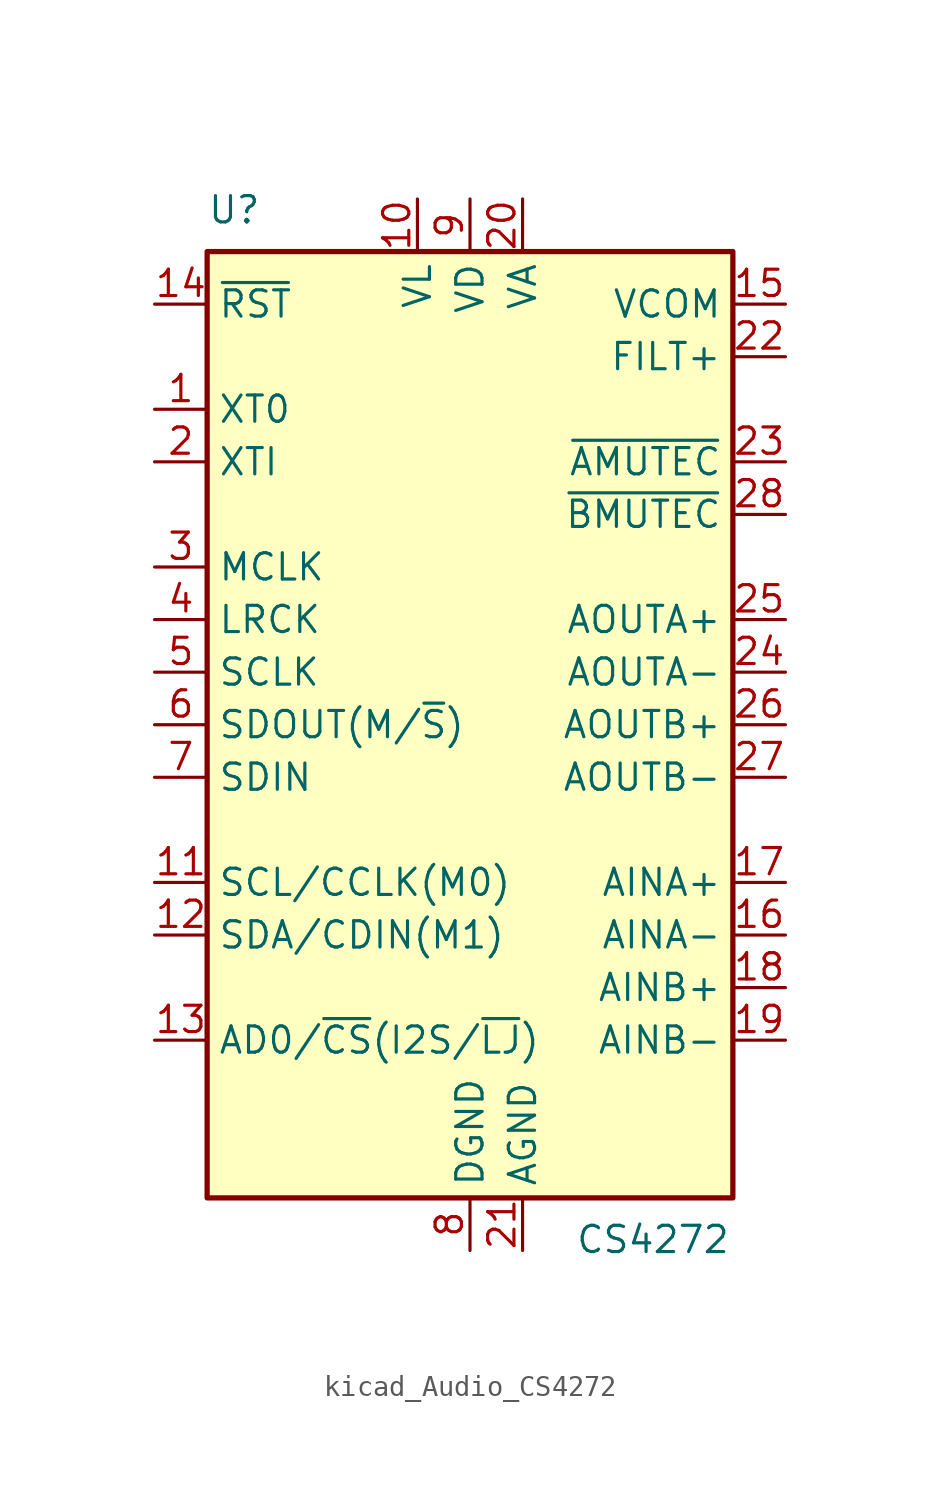
<source format=kicad_sym>
(kicad_symbol_lib
  (version 20220914)
  (generator kicad_symbol_editor)
  (symbol "kicad_Audio_CS4272"
    (property "Reference" "U"
      (at -12.7 24.13 0)
      (effects (font (size 1.27 1.27)) (justify left bottom)))
    (property "Value" "CS4272"
      (at 5.08 -24.13 0)
      (effects (font (size 1.27 1.27)) (justify left top)))
    (symbol "kicad_Audio_CS4272_0_1"
      (rectangle (start -12.7 22.86) (end 12.7 -22.86) (stroke (width 0.254) (type default)) (fill (type background))))
    (symbol "kicad_Audio_CS4272_1_1"
      (pin output line (at -15.24 15.24 0) (length 2.54) (name "XT0" (effects (font (size 1.27 1.27)))) (number "1" (effects (font (size 1.27 1.27)))))
      (pin power_in line (at -2.54 25.4 270) (length 2.54) (name "VL" (effects (font (size 1.27 1.27)))) (number "10" (effects (font (size 1.27 1.27)))))
      (pin input line (at -15.24 -7.62 0) (length 2.54) (name "SCL/CCLK(M0)" (effects (font (size 1.27 1.27)))) (number "11" (effects (font (size 1.27 1.27)))))
      (pin bidirectional line (at -15.24 -10.16 0) (length 2.54) (name "SDA/CDIN(M1)" (effects (font (size 1.27 1.27)))) (number "12" (effects (font (size 1.27 1.27)))))
      (pin input line (at -15.24 -15.24 0) (length 2.54) (name "AD0/~{CS}(I2S/~{LJ})" (effects (font (size 1.27 1.27)))) (number "13" (effects (font (size 1.27 1.27)))))
      (pin input line (at -15.24 20.32 0) (length 2.54) (name "~{RST}" (effects (font (size 1.27 1.27)))) (number "14" (effects (font (size 1.27 1.27)))))
      (pin output line (at 15.24 20.32 180) (length 2.54) (name "VCOM" (effects (font (size 1.27 1.27)))) (number "15" (effects (font (size 1.27 1.27)))))
      (pin input line (at 15.24 -10.16 180) (length 2.54) (name "AINA-" (effects (font (size 1.27 1.27)))) (number "16" (effects (font (size 1.27 1.27)))))
      (pin input line (at 15.24 -7.62 180) (length 2.54) (name "AINA+" (effects (font (size 1.27 1.27)))) (number "17" (effects (font (size 1.27 1.27)))))
      (pin input line (at 15.24 -12.7 180) (length 2.54) (name "AINB+" (effects (font (size 1.27 1.27)))) (number "18" (effects (font (size 1.27 1.27)))))
      (pin input line (at 15.24 -15.24 180) (length 2.54) (name "AINB-" (effects (font (size 1.27 1.27)))) (number "19" (effects (font (size 1.27 1.27)))))
      (pin input line (at -15.24 12.7 0) (length 2.54) (name "XTI" (effects (font (size 1.27 1.27)))) (number "2" (effects (font (size 1.27 1.27)))))
      (pin power_in line (at 2.54 25.4 270) (length 2.54) (name "VA" (effects (font (size 1.27 1.27)))) (number "20" (effects (font (size 1.27 1.27)))))
      (pin power_in line (at 2.54 -25.4 90) (length 2.54) (name "AGND" (effects (font (size 1.27 1.27)))) (number "21" (effects (font (size 1.27 1.27)))))
      (pin output line (at 15.24 17.78 180) (length 2.54) (name "FILT+" (effects (font (size 1.27 1.27)))) (number "22" (effects (font (size 1.27 1.27)))))
      (pin output line (at 15.24 12.7 180) (length 2.54) (name "~{AMUTEC}" (effects (font (size 1.27 1.27)))) (number "23" (effects (font (size 1.27 1.27)))))
      (pin output line (at 15.24 2.54 180) (length 2.54) (name "AOUTA-" (effects (font (size 1.27 1.27)))) (number "24" (effects (font (size 1.27 1.27)))))
      (pin output line (at 15.24 5.08 180) (length 2.54) (name "AOUTA+" (effects (font (size 1.27 1.27)))) (number "25" (effects (font (size 1.27 1.27)))))
      (pin output line (at 15.24 0 180) (length 2.54) (name "AOUTB+" (effects (font (size 1.27 1.27)))) (number "26" (effects (font (size 1.27 1.27)))))
      (pin output line (at 15.24 -2.54 180) (length 2.54) (name "AOUTB-" (effects (font (size 1.27 1.27)))) (number "27" (effects (font (size 1.27 1.27)))))
      (pin output line (at 15.24 10.16 180) (length 2.54) (name "~{BMUTEC}" (effects (font (size 1.27 1.27)))) (number "28" (effects (font (size 1.27 1.27)))))
      (pin bidirectional line (at -15.24 7.62 0) (length 2.54) (name "MCLK" (effects (font (size 1.27 1.27)))) (number "3" (effects (font (size 1.27 1.27)))))
      (pin bidirectional line (at -15.24 5.08 0) (length 2.54) (name "LRCK" (effects (font (size 1.27 1.27)))) (number "4" (effects (font (size 1.27 1.27)))))
      (pin bidirectional line (at -15.24 2.54 0) (length 2.54) (name "SCLK" (effects (font (size 1.27 1.27)))) (number "5" (effects (font (size 1.27 1.27)))))
      (pin output line (at -15.24 0 0) (length 2.54) (name "SDOUT(M/~{S})" (effects (font (size 1.27 1.27)))) (number "6" (effects (font (size 1.27 1.27)))))
      (pin input line (at -15.24 -2.54 0) (length 2.54) (name "SDIN" (effects (font (size 1.27 1.27)))) (number "7" (effects (font (size 1.27 1.27)))))
      (pin power_in line (at 0 -25.4 90) (length 2.54) (name "DGND" (effects (font (size 1.27 1.27)))) (number "8" (effects (font (size 1.27 1.27)))))
      (pin power_in line (at 0 25.4 270) (length 2.54) (name "VD" (effects (font (size 1.27 1.27)))) (number "9" (effects (font (size 1.27 1.27))))))))
</source>
